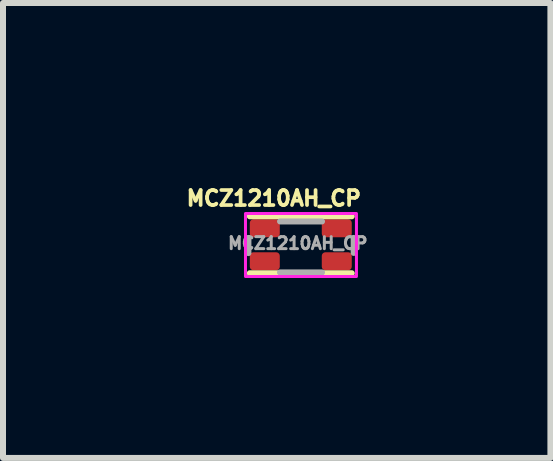
<source format=kicad_pcb>
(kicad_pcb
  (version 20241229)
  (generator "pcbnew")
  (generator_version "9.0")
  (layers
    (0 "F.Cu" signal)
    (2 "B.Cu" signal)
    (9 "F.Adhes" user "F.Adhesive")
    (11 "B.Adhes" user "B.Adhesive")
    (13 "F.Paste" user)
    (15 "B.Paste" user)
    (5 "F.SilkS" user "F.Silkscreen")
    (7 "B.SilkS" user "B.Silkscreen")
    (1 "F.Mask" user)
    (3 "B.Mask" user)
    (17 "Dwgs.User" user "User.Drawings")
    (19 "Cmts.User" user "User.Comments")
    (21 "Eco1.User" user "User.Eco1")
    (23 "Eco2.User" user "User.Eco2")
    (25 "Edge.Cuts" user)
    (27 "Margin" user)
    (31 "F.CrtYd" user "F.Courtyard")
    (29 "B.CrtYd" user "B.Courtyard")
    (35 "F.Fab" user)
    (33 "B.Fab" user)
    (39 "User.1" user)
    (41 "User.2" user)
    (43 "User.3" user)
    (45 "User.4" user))
  (footprint "MCZ1210AH_CP"
    (layer "F.Cu")
    (at 1.215 0.806)
    (property "Reference" "MCZ1210AH_CP" (at 0.3 -0.55 0) (unlocked yes) (layer "F.SilkS") (effects (font (size 0.25 0.25) (thickness 0.062))))
    (attr smd)
    (fp_line (start -0.1 -0.25) (end 1.6 -0.25) (stroke (width 0.1) (type default)) (layer "F.SilkS"))
    (fp_line (start -0.1 0.7) (end 1.6 0.7) (stroke (width 0.1) (type default)) (layer "F.SilkS"))
    (fp_rect (start -0.172 -0.296) (end 1.678 0.754) (stroke (width 0.05) (type solid)) (fill no) (layer "F.CrtYd"))
    (fp_line (start -0.123 0.114) (end -0.123 0.364) (stroke (width 0.1) (type solid)) (layer "F.Fab"))
    (fp_line (start 1.104 -0.164) (end 0.404 -0.164) (stroke (width 0.1) (type solid)) (layer "F.Fab"))
    (fp_line (start 1.104 0.686) (end 0.404 0.686) (stroke (width 0.1) (type solid)) (layer "F.Fab"))
    (fp_line (start 1.632 0.111) (end 1.632 0.361) (stroke (width 0.1) (type solid)) (layer "F.Fab"))
    (fp_text user "${REFERENCE}" (at 0.7 0.2 0) (unlocked yes) (layer "F.Fab") (effects (font (size 0.2 0.2) (thickness 0.05))))
    (pad "1" smd roundrect (at 1.35 0.5) (size 0.5 0.3) (layers "F.Cu" "F.Mask" "F.Paste") (roundrect_rratio 0.2))
    (pad "2" smd roundrect (at 1.35 -0.05) (size 0.5 0.3) (layers "F.Cu" "F.Mask" "F.Paste") (roundrect_rratio 0.2))
    (pad "3" smd roundrect (at 0.15 -0.05) (size 0.5 0.3) (layers "F.Cu" "F.Mask" "F.Paste") (roundrect_rratio 0.2))
    (pad "4" smd roundrect (at 0.15 0.5) (size 0.5 0.3) (layers "F.Cu" "F.Mask" "F.Paste") (roundrect_rratio 0.2)))
  (gr_rect
    (start -3 -3)
    (end 6.127 4.585)
    (stroke (width 0.1) (type default))
    (fill no)
    (layer "Edge.Cuts")))
</source>
